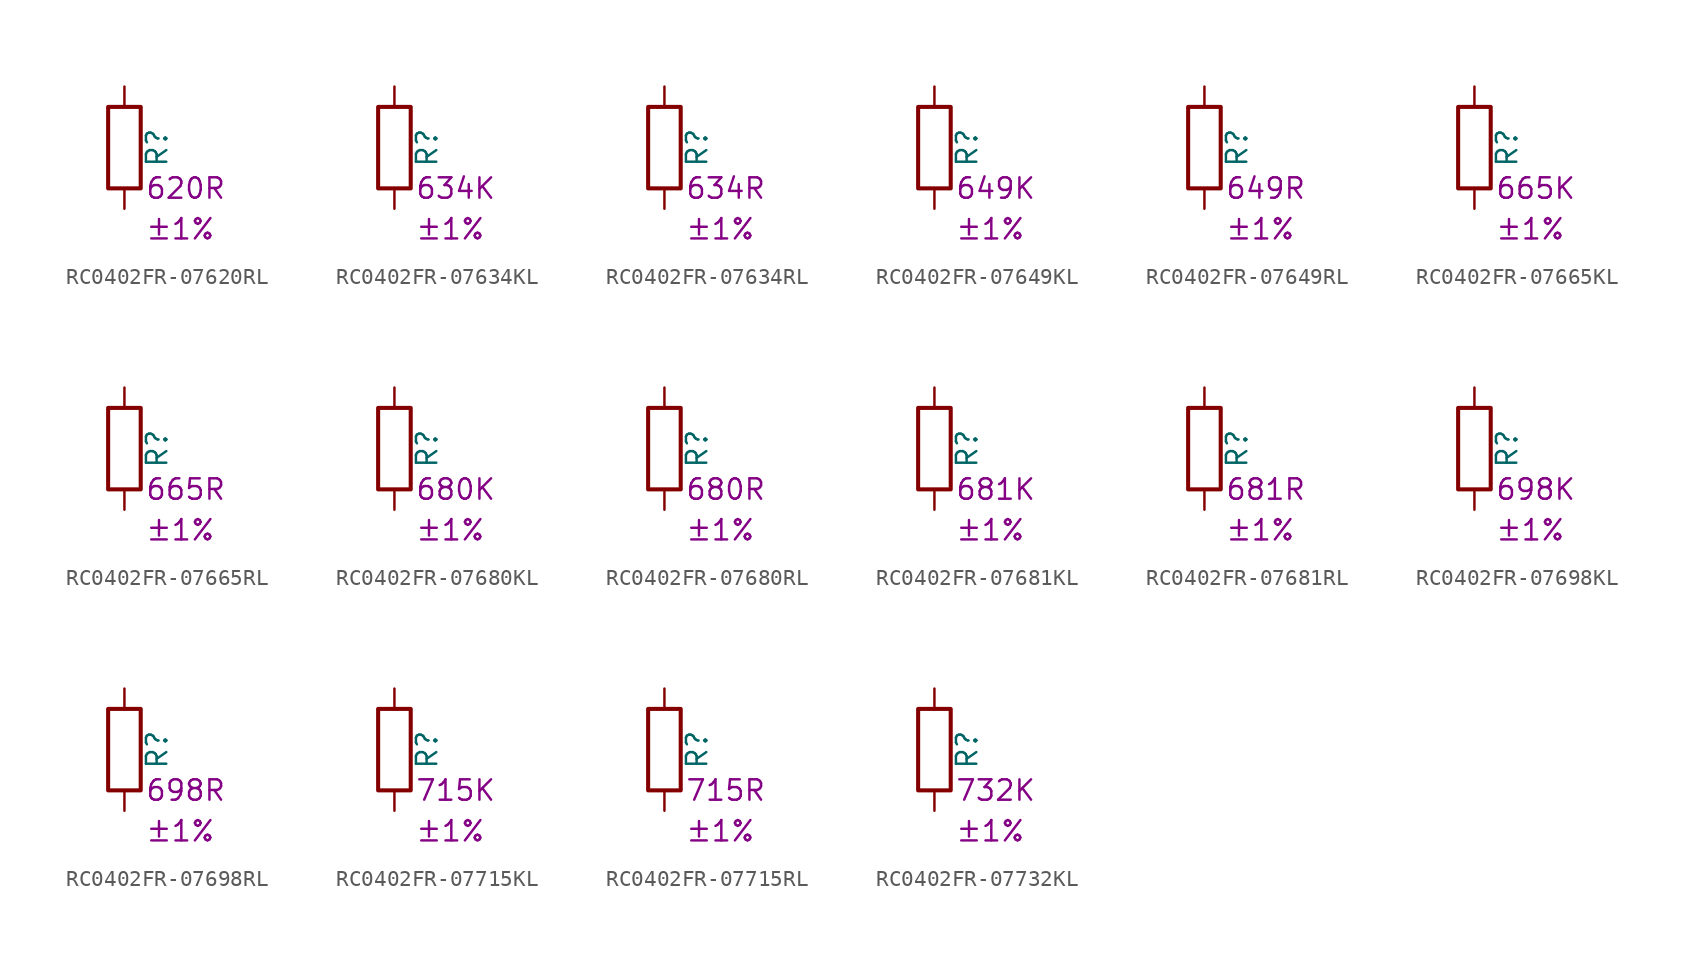
<source format=kicad_sym>
(kicad_symbol_lib
  (version 20220914)
  (generator kicad_symbol_editor)
  (symbol "RC0402FR-07620RL"
    (pin_numbers hide)
    (pin_names
      (offset 0))
    (property "Reference" "R"
      (at 2.032 0 90)
      (effects (font (size 1.27 1.27))))
    (property "Resistance" "620R"
      (at 1.27 -2.54 0)
      (effects (font (size 1.27 1.27)) (justify left)))
    (property "Tolerance" "±1%"
      (at 1.27 -5.08 0)
      (effects (font (size 1.27 1.27)) (justify left)))
    (symbol "RC0402FR-07620RL_0_1"
      (rectangle (start -1.016 -2.54) (end 1.016 2.54) (stroke (width 0.254) (type default)) (fill (type none))))
    (symbol "RC0402FR-07620RL_1_1"
      (pin passive line (at 0 3.81 270) (length 1.27) (name "~" (effects (font (size 1.27 1.27)))) (number "1" (effects (font (size 1.27 1.27)))))
      (pin passive line (at 0 -3.81 90) (length 1.27) (name "~" (effects (font (size 1.27 1.27)))) (number "2" (effects (font (size 1.27 1.27)))))))
  (symbol "RC0402FR-07634KL"
    (pin_numbers hide)
    (pin_names
      (offset 0))
    (property "Reference" "R"
      (at 2.032 0 90)
      (effects (font (size 1.27 1.27))))
    (property "Resistance" "634K"
      (at 1.27 -2.54 0)
      (effects (font (size 1.27 1.27)) (justify left)))
    (property "Tolerance" "±1%"
      (at 1.27 -5.08 0)
      (effects (font (size 1.27 1.27)) (justify left)))
    (symbol "RC0402FR-07634KL_0_1"
      (rectangle (start -1.016 -2.54) (end 1.016 2.54) (stroke (width 0.254) (type default)) (fill (type none))))
    (symbol "RC0402FR-07634KL_1_1"
      (pin passive line (at 0 3.81 270) (length 1.27) (name "~" (effects (font (size 1.27 1.27)))) (number "1" (effects (font (size 1.27 1.27)))))
      (pin passive line (at 0 -3.81 90) (length 1.27) (name "~" (effects (font (size 1.27 1.27)))) (number "2" (effects (font (size 1.27 1.27)))))))
  (symbol "RC0402FR-07634RL"
    (pin_numbers hide)
    (pin_names
      (offset 0))
    (property "Reference" "R"
      (at 2.032 0 90)
      (effects (font (size 1.27 1.27))))
    (property "Resistance" "634R"
      (at 1.27 -2.54 0)
      (effects (font (size 1.27 1.27)) (justify left)))
    (property "Tolerance" "±1%"
      (at 1.27 -5.08 0)
      (effects (font (size 1.27 1.27)) (justify left)))
    (symbol "RC0402FR-07634RL_0_1"
      (rectangle (start -1.016 -2.54) (end 1.016 2.54) (stroke (width 0.254) (type default)) (fill (type none))))
    (symbol "RC0402FR-07634RL_1_1"
      (pin passive line (at 0 3.81 270) (length 1.27) (name "~" (effects (font (size 1.27 1.27)))) (number "1" (effects (font (size 1.27 1.27)))))
      (pin passive line (at 0 -3.81 90) (length 1.27) (name "~" (effects (font (size 1.27 1.27)))) (number "2" (effects (font (size 1.27 1.27)))))))
  (symbol "RC0402FR-07649KL"
    (pin_numbers hide)
    (pin_names
      (offset 0))
    (property "Reference" "R"
      (at 2.032 0 90)
      (effects (font (size 1.27 1.27))))
    (property "Resistance" "649K"
      (at 1.27 -2.54 0)
      (effects (font (size 1.27 1.27)) (justify left)))
    (property "Tolerance" "±1%"
      (at 1.27 -5.08 0)
      (effects (font (size 1.27 1.27)) (justify left)))
    (symbol "RC0402FR-07649KL_0_1"
      (rectangle (start -1.016 -2.54) (end 1.016 2.54) (stroke (width 0.254) (type default)) (fill (type none))))
    (symbol "RC0402FR-07649KL_1_1"
      (pin passive line (at 0 3.81 270) (length 1.27) (name "~" (effects (font (size 1.27 1.27)))) (number "1" (effects (font (size 1.27 1.27)))))
      (pin passive line (at 0 -3.81 90) (length 1.27) (name "~" (effects (font (size 1.27 1.27)))) (number "2" (effects (font (size 1.27 1.27)))))))
  (symbol "RC0402FR-07649RL"
    (pin_numbers hide)
    (pin_names
      (offset 0))
    (property "Reference" "R"
      (at 2.032 0 90)
      (effects (font (size 1.27 1.27))))
    (property "Resistance" "649R"
      (at 1.27 -2.54 0)
      (effects (font (size 1.27 1.27)) (justify left)))
    (property "Tolerance" "±1%"
      (at 1.27 -5.08 0)
      (effects (font (size 1.27 1.27)) (justify left)))
    (symbol "RC0402FR-07649RL_0_1"
      (rectangle (start -1.016 -2.54) (end 1.016 2.54) (stroke (width 0.254) (type default)) (fill (type none))))
    (symbol "RC0402FR-07649RL_1_1"
      (pin passive line (at 0 3.81 270) (length 1.27) (name "~" (effects (font (size 1.27 1.27)))) (number "1" (effects (font (size 1.27 1.27)))))
      (pin passive line (at 0 -3.81 90) (length 1.27) (name "~" (effects (font (size 1.27 1.27)))) (number "2" (effects (font (size 1.27 1.27)))))))
  (symbol "RC0402FR-07665KL"
    (pin_numbers hide)
    (pin_names
      (offset 0))
    (property "Reference" "R"
      (at 2.032 0 90)
      (effects (font (size 1.27 1.27))))
    (property "Resistance" "665K"
      (at 1.27 -2.54 0)
      (effects (font (size 1.27 1.27)) (justify left)))
    (property "Tolerance" "±1%"
      (at 1.27 -5.08 0)
      (effects (font (size 1.27 1.27)) (justify left)))
    (symbol "RC0402FR-07665KL_0_1"
      (rectangle (start -1.016 -2.54) (end 1.016 2.54) (stroke (width 0.254) (type default)) (fill (type none))))
    (symbol "RC0402FR-07665KL_1_1"
      (pin passive line (at 0 3.81 270) (length 1.27) (name "~" (effects (font (size 1.27 1.27)))) (number "1" (effects (font (size 1.27 1.27)))))
      (pin passive line (at 0 -3.81 90) (length 1.27) (name "~" (effects (font (size 1.27 1.27)))) (number "2" (effects (font (size 1.27 1.27)))))))
  (symbol "RC0402FR-07665RL"
    (pin_numbers hide)
    (pin_names
      (offset 0))
    (property "Reference" "R"
      (at 2.032 0 90)
      (effects (font (size 1.27 1.27))))
    (property "Resistance" "665R"
      (at 1.27 -2.54 0)
      (effects (font (size 1.27 1.27)) (justify left)))
    (property "Tolerance" "±1%"
      (at 1.27 -5.08 0)
      (effects (font (size 1.27 1.27)) (justify left)))
    (symbol "RC0402FR-07665RL_0_1"
      (rectangle (start -1.016 -2.54) (end 1.016 2.54) (stroke (width 0.254) (type default)) (fill (type none))))
    (symbol "RC0402FR-07665RL_1_1"
      (pin passive line (at 0 3.81 270) (length 1.27) (name "~" (effects (font (size 1.27 1.27)))) (number "1" (effects (font (size 1.27 1.27)))))
      (pin passive line (at 0 -3.81 90) (length 1.27) (name "~" (effects (font (size 1.27 1.27)))) (number "2" (effects (font (size 1.27 1.27)))))))
  (symbol "RC0402FR-07680KL"
    (pin_numbers hide)
    (pin_names
      (offset 0))
    (property "Reference" "R"
      (at 2.032 0 90)
      (effects (font (size 1.27 1.27))))
    (property "Resistance" "680K"
      (at 1.27 -2.54 0)
      (effects (font (size 1.27 1.27)) (justify left)))
    (property "Tolerance" "±1%"
      (at 1.27 -5.08 0)
      (effects (font (size 1.27 1.27)) (justify left)))
    (symbol "RC0402FR-07680KL_0_1"
      (rectangle (start -1.016 -2.54) (end 1.016 2.54) (stroke (width 0.254) (type default)) (fill (type none))))
    (symbol "RC0402FR-07680KL_1_1"
      (pin passive line (at 0 3.81 270) (length 1.27) (name "~" (effects (font (size 1.27 1.27)))) (number "1" (effects (font (size 1.27 1.27)))))
      (pin passive line (at 0 -3.81 90) (length 1.27) (name "~" (effects (font (size 1.27 1.27)))) (number "2" (effects (font (size 1.27 1.27)))))))
  (symbol "RC0402FR-07680RL"
    (pin_numbers hide)
    (pin_names
      (offset 0))
    (property "Reference" "R"
      (at 2.032 0 90)
      (effects (font (size 1.27 1.27))))
    (property "Resistance" "680R"
      (at 1.27 -2.54 0)
      (effects (font (size 1.27 1.27)) (justify left)))
    (property "Tolerance" "±1%"
      (at 1.27 -5.08 0)
      (effects (font (size 1.27 1.27)) (justify left)))
    (symbol "RC0402FR-07680RL_0_1"
      (rectangle (start -1.016 -2.54) (end 1.016 2.54) (stroke (width 0.254) (type default)) (fill (type none))))
    (symbol "RC0402FR-07680RL_1_1"
      (pin passive line (at 0 3.81 270) (length 1.27) (name "~" (effects (font (size 1.27 1.27)))) (number "1" (effects (font (size 1.27 1.27)))))
      (pin passive line (at 0 -3.81 90) (length 1.27) (name "~" (effects (font (size 1.27 1.27)))) (number "2" (effects (font (size 1.27 1.27)))))))
  (symbol "RC0402FR-07681KL"
    (pin_numbers hide)
    (pin_names
      (offset 0))
    (property "Reference" "R"
      (at 2.032 0 90)
      (effects (font (size 1.27 1.27))))
    (property "Resistance" "681K"
      (at 1.27 -2.54 0)
      (effects (font (size 1.27 1.27)) (justify left)))
    (property "Tolerance" "±1%"
      (at 1.27 -5.08 0)
      (effects (font (size 1.27 1.27)) (justify left)))
    (symbol "RC0402FR-07681KL_0_1"
      (rectangle (start -1.016 -2.54) (end 1.016 2.54) (stroke (width 0.254) (type default)) (fill (type none))))
    (symbol "RC0402FR-07681KL_1_1"
      (pin passive line (at 0 3.81 270) (length 1.27) (name "~" (effects (font (size 1.27 1.27)))) (number "1" (effects (font (size 1.27 1.27)))))
      (pin passive line (at 0 -3.81 90) (length 1.27) (name "~" (effects (font (size 1.27 1.27)))) (number "2" (effects (font (size 1.27 1.27)))))))
  (symbol "RC0402FR-07681RL"
    (pin_numbers hide)
    (pin_names
      (offset 0))
    (property "Reference" "R"
      (at 2.032 0 90)
      (effects (font (size 1.27 1.27))))
    (property "Resistance" "681R"
      (at 1.27 -2.54 0)
      (effects (font (size 1.27 1.27)) (justify left)))
    (property "Tolerance" "±1%"
      (at 1.27 -5.08 0)
      (effects (font (size 1.27 1.27)) (justify left)))
    (symbol "RC0402FR-07681RL_0_1"
      (rectangle (start -1.016 -2.54) (end 1.016 2.54) (stroke (width 0.254) (type default)) (fill (type none))))
    (symbol "RC0402FR-07681RL_1_1"
      (pin passive line (at 0 3.81 270) (length 1.27) (name "~" (effects (font (size 1.27 1.27)))) (number "1" (effects (font (size 1.27 1.27)))))
      (pin passive line (at 0 -3.81 90) (length 1.27) (name "~" (effects (font (size 1.27 1.27)))) (number "2" (effects (font (size 1.27 1.27)))))))
  (symbol "RC0402FR-07698KL"
    (pin_numbers hide)
    (pin_names
      (offset 0))
    (property "Reference" "R"
      (at 2.032 0 90)
      (effects (font (size 1.27 1.27))))
    (property "Resistance" "698K"
      (at 1.27 -2.54 0)
      (effects (font (size 1.27 1.27)) (justify left)))
    (property "Tolerance" "±1%"
      (at 1.27 -5.08 0)
      (effects (font (size 1.27 1.27)) (justify left)))
    (symbol "RC0402FR-07698KL_0_1"
      (rectangle (start -1.016 -2.54) (end 1.016 2.54) (stroke (width 0.254) (type default)) (fill (type none))))
    (symbol "RC0402FR-07698KL_1_1"
      (pin passive line (at 0 3.81 270) (length 1.27) (name "~" (effects (font (size 1.27 1.27)))) (number "1" (effects (font (size 1.27 1.27)))))
      (pin passive line (at 0 -3.81 90) (length 1.27) (name "~" (effects (font (size 1.27 1.27)))) (number "2" (effects (font (size 1.27 1.27)))))))
  (symbol "RC0402FR-07698RL"
    (pin_numbers hide)
    (pin_names
      (offset 0))
    (property "Reference" "R"
      (at 2.032 0 90)
      (effects (font (size 1.27 1.27))))
    (property "Resistance" "698R"
      (at 1.27 -2.54 0)
      (effects (font (size 1.27 1.27)) (justify left)))
    (property "Tolerance" "±1%"
      (at 1.27 -5.08 0)
      (effects (font (size 1.27 1.27)) (justify left)))
    (symbol "RC0402FR-07698RL_0_1"
      (rectangle (start -1.016 -2.54) (end 1.016 2.54) (stroke (width 0.254) (type default)) (fill (type none))))
    (symbol "RC0402FR-07698RL_1_1"
      (pin passive line (at 0 3.81 270) (length 1.27) (name "~" (effects (font (size 1.27 1.27)))) (number "1" (effects (font (size 1.27 1.27)))))
      (pin passive line (at 0 -3.81 90) (length 1.27) (name "~" (effects (font (size 1.27 1.27)))) (number "2" (effects (font (size 1.27 1.27)))))))
  (symbol "RC0402FR-07715KL"
    (pin_numbers hide)
    (pin_names
      (offset 0))
    (property "Reference" "R"
      (at 2.032 0 90)
      (effects (font (size 1.27 1.27))))
    (property "Resistance" "715K"
      (at 1.27 -2.54 0)
      (effects (font (size 1.27 1.27)) (justify left)))
    (property "Tolerance" "±1%"
      (at 1.27 -5.08 0)
      (effects (font (size 1.27 1.27)) (justify left)))
    (symbol "RC0402FR-07715KL_0_1"
      (rectangle (start -1.016 -2.54) (end 1.016 2.54) (stroke (width 0.254) (type default)) (fill (type none))))
    (symbol "RC0402FR-07715KL_1_1"
      (pin passive line (at 0 3.81 270) (length 1.27) (name "~" (effects (font (size 1.27 1.27)))) (number "1" (effects (font (size 1.27 1.27)))))
      (pin passive line (at 0 -3.81 90) (length 1.27) (name "~" (effects (font (size 1.27 1.27)))) (number "2" (effects (font (size 1.27 1.27)))))))
  (symbol "RC0402FR-07715RL"
    (pin_numbers hide)
    (pin_names
      (offset 0))
    (property "Reference" "R"
      (at 2.032 0 90)
      (effects (font (size 1.27 1.27))))
    (property "Resistance" "715R"
      (at 1.27 -2.54 0)
      (effects (font (size 1.27 1.27)) (justify left)))
    (property "Tolerance" "±1%"
      (at 1.27 -5.08 0)
      (effects (font (size 1.27 1.27)) (justify left)))
    (symbol "RC0402FR-07715RL_0_1"
      (rectangle (start -1.016 -2.54) (end 1.016 2.54) (stroke (width 0.254) (type default)) (fill (type none))))
    (symbol "RC0402FR-07715RL_1_1"
      (pin passive line (at 0 3.81 270) (length 1.27) (name "~" (effects (font (size 1.27 1.27)))) (number "1" (effects (font (size 1.27 1.27)))))
      (pin passive line (at 0 -3.81 90) (length 1.27) (name "~" (effects (font (size 1.27 1.27)))) (number "2" (effects (font (size 1.27 1.27)))))))
  (symbol "RC0402FR-07732KL"
    (pin_numbers hide)
    (pin_names
      (offset 0))
    (property "Reference" "R"
      (at 2.032 0 90)
      (effects (font (size 1.27 1.27))))
    (property "Resistance" "732K"
      (at 1.27 -2.54 0)
      (effects (font (size 1.27 1.27)) (justify left)))
    (property "Tolerance" "±1%"
      (at 1.27 -5.08 0)
      (effects (font (size 1.27 1.27)) (justify left)))
    (symbol "RC0402FR-07732KL_0_1"
      (rectangle (start -1.016 -2.54) (end 1.016 2.54) (stroke (width 0.254) (type default)) (fill (type none))))
    (symbol "RC0402FR-07732KL_1_1"
      (pin passive line (at 0 3.81 270) (length 1.27) (name "~" (effects (font (size 1.27 1.27)))) (number "1" (effects (font (size 1.27 1.27)))))
      (pin passive line (at 0 -3.81 90) (length 1.27) (name "~" (effects (font (size 1.27 1.27)))) (number "2" (effects (font (size 1.27 1.27))))))))
</source>
